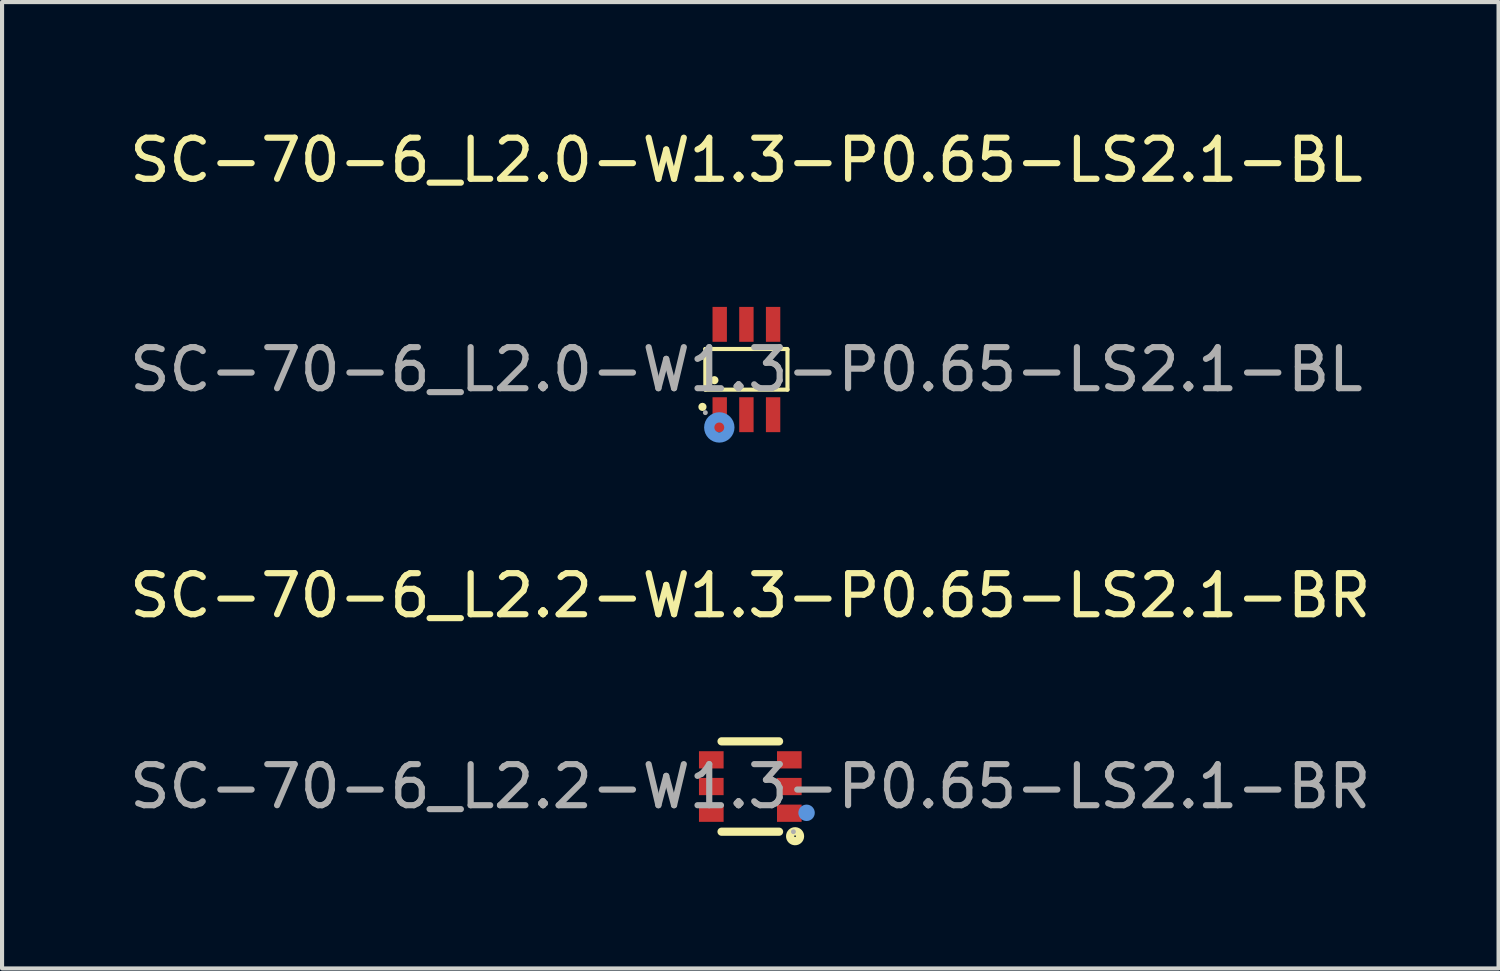
<source format=kicad_pcb>
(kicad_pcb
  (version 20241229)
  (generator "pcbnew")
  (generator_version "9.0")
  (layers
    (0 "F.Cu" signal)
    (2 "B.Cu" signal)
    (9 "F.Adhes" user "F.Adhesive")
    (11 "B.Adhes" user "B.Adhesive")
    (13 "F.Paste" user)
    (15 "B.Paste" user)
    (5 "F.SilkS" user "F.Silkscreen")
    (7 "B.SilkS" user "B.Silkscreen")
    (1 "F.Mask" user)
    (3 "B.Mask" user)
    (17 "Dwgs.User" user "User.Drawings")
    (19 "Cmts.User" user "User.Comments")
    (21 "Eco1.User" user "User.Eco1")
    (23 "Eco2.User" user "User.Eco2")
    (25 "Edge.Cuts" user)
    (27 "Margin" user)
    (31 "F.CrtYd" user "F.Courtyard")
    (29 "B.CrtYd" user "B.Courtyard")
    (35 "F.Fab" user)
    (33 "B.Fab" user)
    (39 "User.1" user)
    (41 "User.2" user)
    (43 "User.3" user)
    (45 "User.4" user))
  (footprint "SC-70-6_L2.0-W1.3-P0.65-LS2.1-BL"
    (layer "F.Cu")
    (at 15.125 5.948)
    (property "Reference" "SC-70-6_L2.0-W1.3-P0.65-LS2.1-BL" (at 0 -5.1 0) (layer "F.SilkS") (effects (font (size 1 1) (thickness 0.15))))
    (attr smd)
    (fp_line (start -1 -0.5) (end -1 0.49) (stroke (width 0.1) (type solid)) (layer "F.SilkS"))
    (fp_line (start -1 0.49) (end 1 0.49) (stroke (width 0.1) (type solid)) (layer "F.SilkS"))
    (fp_line (start 0.99 -0.5) (end -1 -0.5) (stroke (width 0.1) (type solid)) (layer "F.SilkS"))
    (fp_line (start 1 -0.49) (end 0.99 -0.5) (stroke (width 0.1) (type solid)) (layer "F.SilkS"))
    (fp_line (start 1 0.49) (end 1 -0.49) (stroke (width 0.1) (type solid)) (layer "F.SilkS"))
    (fp_circle (center -1.07 0.91) (end -1.02 0.91) (stroke (width 0.1) (type solid)) (fill no) (layer "F.SilkS"))
    (fp_circle (center -0.78 0.26) (end -0.73 0.26) (stroke (width 0.1) (type solid)) (fill no) (layer "F.SilkS"))
    (fp_circle (center -0.66 1.41) (end -0.54 1.41) (stroke (width 0.25) (type solid)) (fill no) (layer "Cmts.User"))
    (fp_circle (center -1 1.05) (end -0.97 1.05) (stroke (width 0.06) (type solid)) (fill no) (layer "F.Fab"))
    (fp_text user "${REFERENCE}" (at 0 0 0) (layer "F.Fab") (effects (font (size 1 1) (thickness 0.15))))
    (pad "1" smd rect (at -0.65 1.1) (size 0.35 0.85) (layers "F.Cu" "F.Mask" "F.Paste"))
    (pad "2" smd rect (at 0 1.1) (size 0.35 0.85) (layers "F.Cu" "F.Mask" "F.Paste"))
    (pad "3" smd rect (at 0.65 1.1) (size 0.35 0.85) (layers "F.Cu" "F.Mask" "F.Paste"))
    (pad "4" smd rect (at 0.65 -1.1) (size 0.35 0.85) (layers "F.Cu" "F.Mask" "F.Paste"))
    (pad "5" smd rect (at 0 -1.1) (size 0.35 0.85) (layers "F.Cu" "F.Mask" "F.Paste"))
    (pad "6" smd rect (at -0.65 -1.1) (size 0.35 0.85) (layers "F.Cu" "F.Mask" "F.Paste")))
  (footprint "SC-70-6_L2.2-W1.3-P0.65-LS2.1-BR"
    (layer "F.Cu")
    (at 15.22 16.102)
    (property "Reference" "SC-70-6_L2.2-W1.3-P0.65-LS2.1-BR" (at 0 -4.65 0) (layer "F.SilkS") (effects (font (size 1 1) (thickness 0.15))))
    (attr smd)
    (fp_line (start -0.7 -1.1) (end 0.7 -1.1) (stroke (width 0.2) (type solid)) (layer "F.SilkS"))
    (fp_line (start -0.7 1.1) (end 0.7 1.1) (stroke (width 0.2) (type solid)) (layer "F.SilkS"))
    (fp_arc (start 1.1 1.09) (mid 1.085013 1.330313) (end 1.089966 1.089584) (stroke (width 0.2) (type solid)) (layer "F.SilkS"))
    (fp_circle (center 1.37 0.64) (end 1.47 0.64) (stroke (width 0.2) (type solid)) (fill no) (layer "Cmts.User"))
    (fp_circle (center 1.05 1.1) (end 1.08 1.1) (stroke (width 0.06) (type solid)) (fill no) (layer "F.Fab"))
    (fp_text user "${REFERENCE}" (at 0 0 0) (layer "F.Fab") (effects (font (size 1 1) (thickness 0.15))))
    (pad "1" smd rect (at 0.95 0.65 90) (size 0.42 0.6) (layers "F.Cu" "F.Mask" "F.Paste"))
    (pad "2" smd rect (at 0.95 0 90) (size 0.42 0.6) (layers "F.Cu" "F.Mask" "F.Paste"))
    (pad "3" smd rect (at 0.95 -0.65 90) (size 0.42 0.6) (layers "F.Cu" "F.Mask" "F.Paste"))
    (pad "4" smd rect (at -0.95 -0.65 270) (size 0.42 0.6) (layers "F.Cu" "F.Mask" "F.Paste"))
    (pad "5" smd rect (at -0.95 0 270) (size 0.42 0.6) (layers "F.Cu" "F.Mask" "F.Paste"))
    (pad "6" smd rect (at -0.95 0.65 270) (size 0.42 0.6) (layers "F.Cu" "F.Mask" "F.Paste")))
  (gr_rect
    (start -3 -3)
    (end 33.44 20.532)
    (stroke (width 0.1) (type default))
    (fill no)
    (layer "Edge.Cuts")))
</source>
